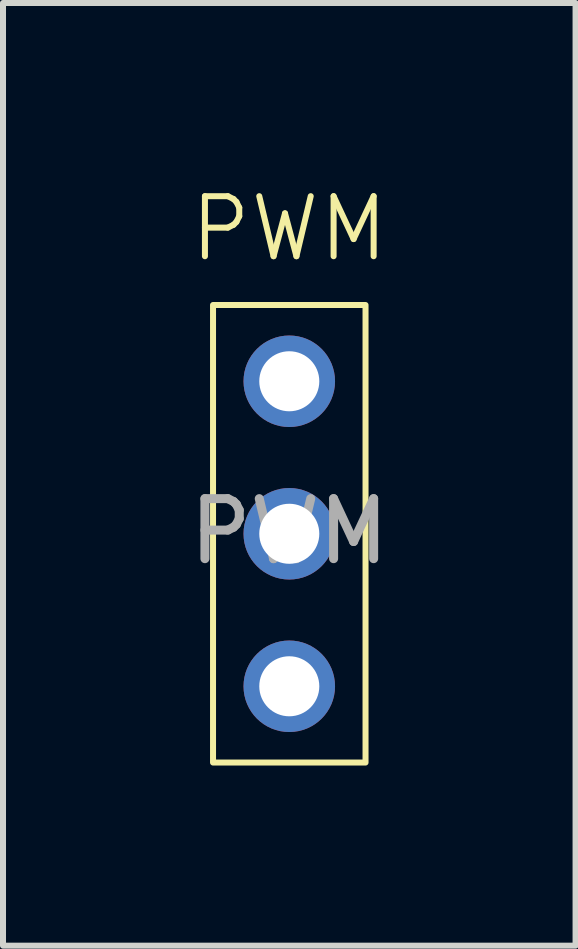
<source format=kicad_pcb>
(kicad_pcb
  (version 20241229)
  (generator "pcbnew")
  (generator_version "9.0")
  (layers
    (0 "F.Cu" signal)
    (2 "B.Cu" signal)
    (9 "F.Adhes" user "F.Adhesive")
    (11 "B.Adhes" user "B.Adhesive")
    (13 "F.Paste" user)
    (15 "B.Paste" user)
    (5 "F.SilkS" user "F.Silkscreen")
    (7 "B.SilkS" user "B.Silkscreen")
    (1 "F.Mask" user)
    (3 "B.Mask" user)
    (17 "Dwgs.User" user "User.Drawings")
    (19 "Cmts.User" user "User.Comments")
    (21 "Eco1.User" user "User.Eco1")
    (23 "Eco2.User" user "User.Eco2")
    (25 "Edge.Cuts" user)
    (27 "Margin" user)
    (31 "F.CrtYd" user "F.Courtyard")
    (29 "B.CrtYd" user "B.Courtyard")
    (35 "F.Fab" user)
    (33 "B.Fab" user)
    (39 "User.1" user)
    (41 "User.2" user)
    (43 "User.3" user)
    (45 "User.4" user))
  (footprint "PWM"
    (layer "F.Cu")
    (at 1.768 3.3)
    (property "Reference" "PWM" (at 0 -2.54 0) (unlocked yes) (layer "F.SilkS") (effects (font (size 1 1) (thickness 0.1))))
    (attr through_hole)
    (fp_rect (start -1.27 -1.27) (end 1.27 6.35) (stroke (width 0.1) (type default)) (fill no) (layer "F.SilkS"))
    (fp_text user "${REFERENCE}" (at 0 2.5 0) (unlocked yes) (layer "F.Fab") (effects (font (size 1 1) (thickness 0.15))))
    (pad "1" thru_hole circle (at 0 0) (size 1.524 1.524) (drill 1) (layers "*.Cu" "*.Mask"))
    (pad "2" thru_hole circle (at 0 2.54) (size 1.524 1.524) (drill 1) (layers "*.Cu" "*.Mask"))
    (pad "3" thru_hole circle (at 0 5.08) (size 1.524 1.524) (drill 1) (layers "*.Cu" "*.Mask")))
  (gr_rect
    (start -3 -3)
    (end 6.536 12.7)
    (stroke (width 0.1) (type default))
    (fill no)
    (layer "Edge.Cuts")))
</source>
